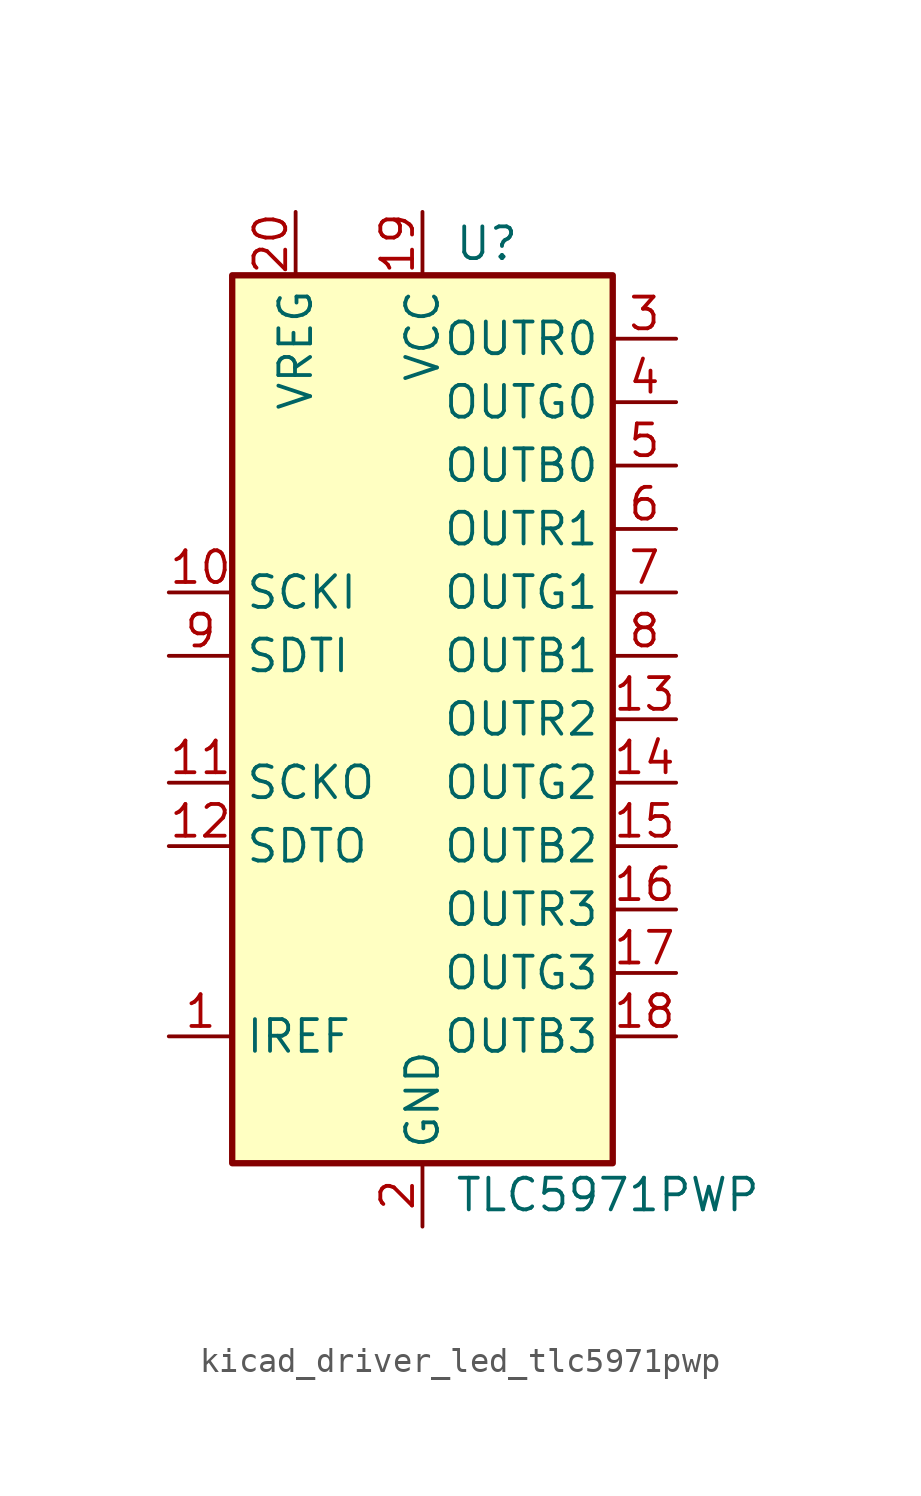
<source format=kicad_sym>
(kicad_symbol_lib
  (version 20220914)
  (generator kicad_symbol_editor)
  (symbol "kicad_driver_led_tlc5971pwp"
    (property "Reference" "U"
      (at 1.27 19.05 0)
      (effects (font (size 1.27 1.27)) (justify left)))
    (property "Value" "TLC5971PWP"
      (at 1.27 -19.05 0)
      (effects (font (size 1.27 1.27)) (justify left)))
    (symbol "kicad_driver_led_tlc5971pwp_0_1"
      (rectangle (start -7.62 17.78) (end 7.62 -17.78) (stroke (width 0.254) (type default)) (fill (type background)))
      (pin input line (at -10.16 5.08 0) (length 2.54) (name "SCKI" (effects (font (size 1.27 1.27)))) (number "10" (effects (font (size 1.27 1.27)))))
      (pin open_collector line (at 10.16 0 180) (length 2.54) (name "OUTR2" (effects (font (size 1.27 1.27)))) (number "13" (effects (font (size 1.27 1.27)))))
      (pin open_collector line (at 10.16 -2.54 180) (length 2.54) (name "OUTG2" (effects (font (size 1.27 1.27)))) (number "14" (effects (font (size 1.27 1.27)))))
      (pin open_collector line (at 10.16 -5.08 180) (length 2.54) (name "OUTB2" (effects (font (size 1.27 1.27)))) (number "15" (effects (font (size 1.27 1.27)))))
      (pin open_collector line (at 10.16 -7.62 180) (length 2.54) (name "OUTR3" (effects (font (size 1.27 1.27)))) (number "16" (effects (font (size 1.27 1.27)))))
      (pin open_collector line (at 10.16 -10.16 180) (length 2.54) (name "OUTG3" (effects (font (size 1.27 1.27)))) (number "17" (effects (font (size 1.27 1.27)))))
      (pin open_collector line (at 10.16 -12.7 180) (length 2.54) (name "OUTB3" (effects (font (size 1.27 1.27)))) (number "18" (effects (font (size 1.27 1.27)))))
      (pin power_in line (at 0 20.32 270) (length 2.54) (name "VCC" (effects (font (size 1.27 1.27)))) (number "19" (effects (font (size 1.27 1.27)))))
      (pin power_in line (at 0 -20.32 90) (length 2.54) (name "GND" (effects (font (size 1.27 1.27)))) (number "2" (effects (font (size 1.27 1.27)))))
      (pin passive line (at -5.08 20.32 270) (length 2.54) (name "VREG" (effects (font (size 1.27 1.27)))) (number "20" (effects (font (size 1.27 1.27)))))
      (pin passive line (at 0 -20.32 90) (length 2.54) hide (name "GND" (effects (font (size 1.27 1.27)))) (number "21" (effects (font (size 1.27 1.27)))))
      (pin open_collector line (at 10.16 15.24 180) (length 2.54) (name "OUTR0" (effects (font (size 1.27 1.27)))) (number "3" (effects (font (size 1.27 1.27)))))
      (pin open_collector line (at 10.16 12.7 180) (length 2.54) (name "OUTG0" (effects (font (size 1.27 1.27)))) (number "4" (effects (font (size 1.27 1.27)))))
      (pin open_collector line (at 10.16 10.16 180) (length 2.54) (name "OUTB0" (effects (font (size 1.27 1.27)))) (number "5" (effects (font (size 1.27 1.27)))))
      (pin open_collector line (at 10.16 7.62 180) (length 2.54) (name "OUTR1" (effects (font (size 1.27 1.27)))) (number "6" (effects (font (size 1.27 1.27)))))
      (pin open_collector line (at 10.16 5.08 180) (length 2.54) (name "OUTG1" (effects (font (size 1.27 1.27)))) (number "7" (effects (font (size 1.27 1.27)))))
      (pin open_collector line (at 10.16 2.54 180) (length 2.54) (name "OUTB1" (effects (font (size 1.27 1.27)))) (number "8" (effects (font (size 1.27 1.27)))))
      (pin input line (at -10.16 2.54 0) (length 2.54) (name "SDTI" (effects (font (size 1.27 1.27)))) (number "9" (effects (font (size 1.27 1.27))))))
    (symbol "kicad_driver_led_tlc5971pwp_1_1"
      (pin passive line (at -10.16 -12.7 0) (length 2.54) (name "IREF" (effects (font (size 1.27 1.27)))) (number "1" (effects (font (size 1.27 1.27)))))
      (pin output line (at -10.16 -2.54 0) (length 2.54) (name "SCKO" (effects (font (size 1.27 1.27)))) (number "11" (effects (font (size 1.27 1.27)))))
      (pin output line (at -10.16 -5.08 0) (length 2.54) (name "SDTO" (effects (font (size 1.27 1.27)))) (number "12" (effects (font (size 1.27 1.27))))))))
</source>
